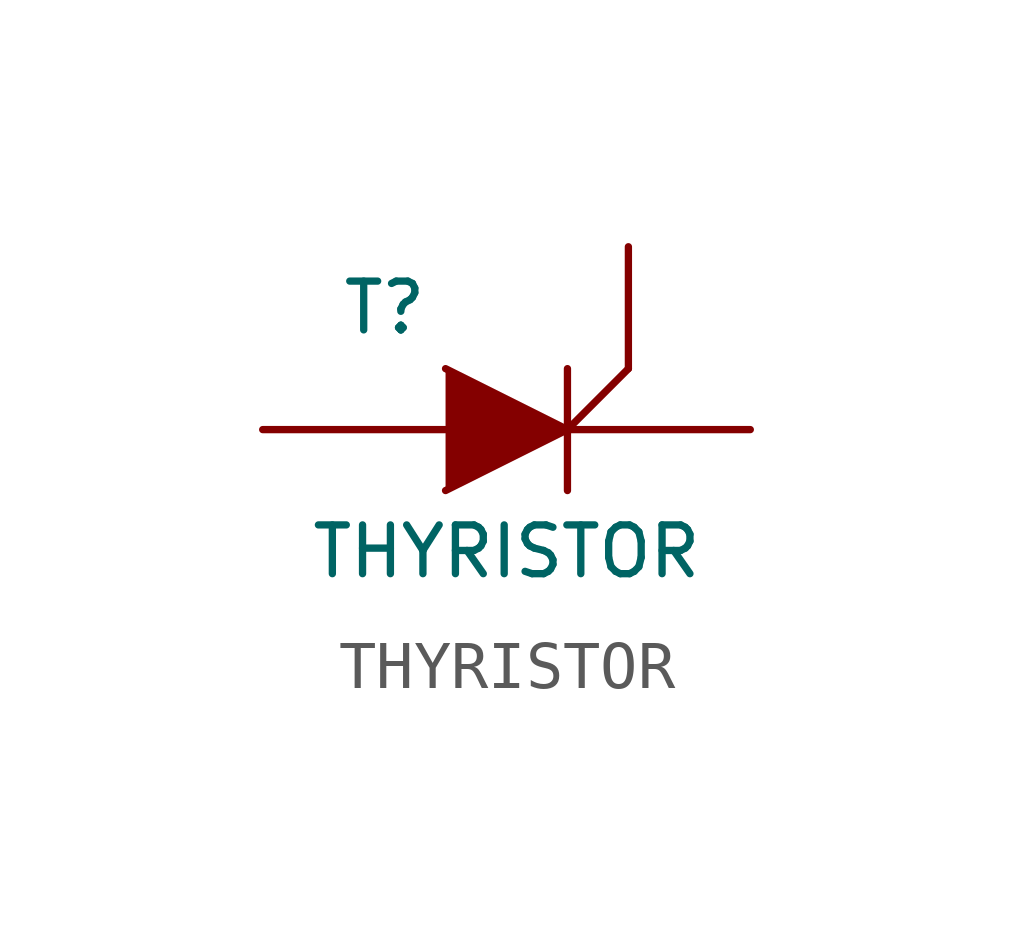
<source format=kicad_sym>
(kicad_symbol_lib
  (version 20220914)
  (generator kicad_symbol_editor)
  (symbol "THYRISTOR"
    (pin_numbers hide)
    (pin_names
      (offset 1.016) hide)
    (property "Reference" "T"
      (at -2.54 2.54 0)
      (effects (font (size 1.016 1.016))))
    (property "Value" "THYRISTOR"
      (at 0 -2.54 0)
      (effects (font (size 1.016 1.016))))
    (symbol "THYRISTOR_0_1"
      (polyline (pts (xy 1.27 1.27) (xy 1.27 -1.27)) (stroke (width 0) (type solid)) (fill (type none)))
      (polyline (pts (xy -1.27 1.27) (xy 1.27 0) (xy -1.27 -1.27)) (stroke (width 0) (type solid)) (fill (type outline)))
      (polyline (pts (xy 1.27 0) (xy 2.54 1.27) (xy 2.54 1.27) (xy 2.54 1.27)) (stroke (width 0) (type solid)) (fill (type none))))
    (symbol "THYRISTOR_1_1"
      (pin passive line (at -5.08 0 0) (length 3.81) (name "A" (effects (font (size 1.016 1.016)))) (number "A" (effects (font (size 1.016 1.016)))))
      (pin passive line (at 2.54 3.81 270) (length 2.54) (name "G" (effects (font (size 1.016 1.016)))) (number "G" (effects (font (size 1.016 1.016)))))
      (pin passive line (at 5.08 0 180) (length 3.81) (name "K" (effects (font (size 1.016 1.016)))) (number "K" (effects (font (size 1.016 1.016))))))))
</source>
